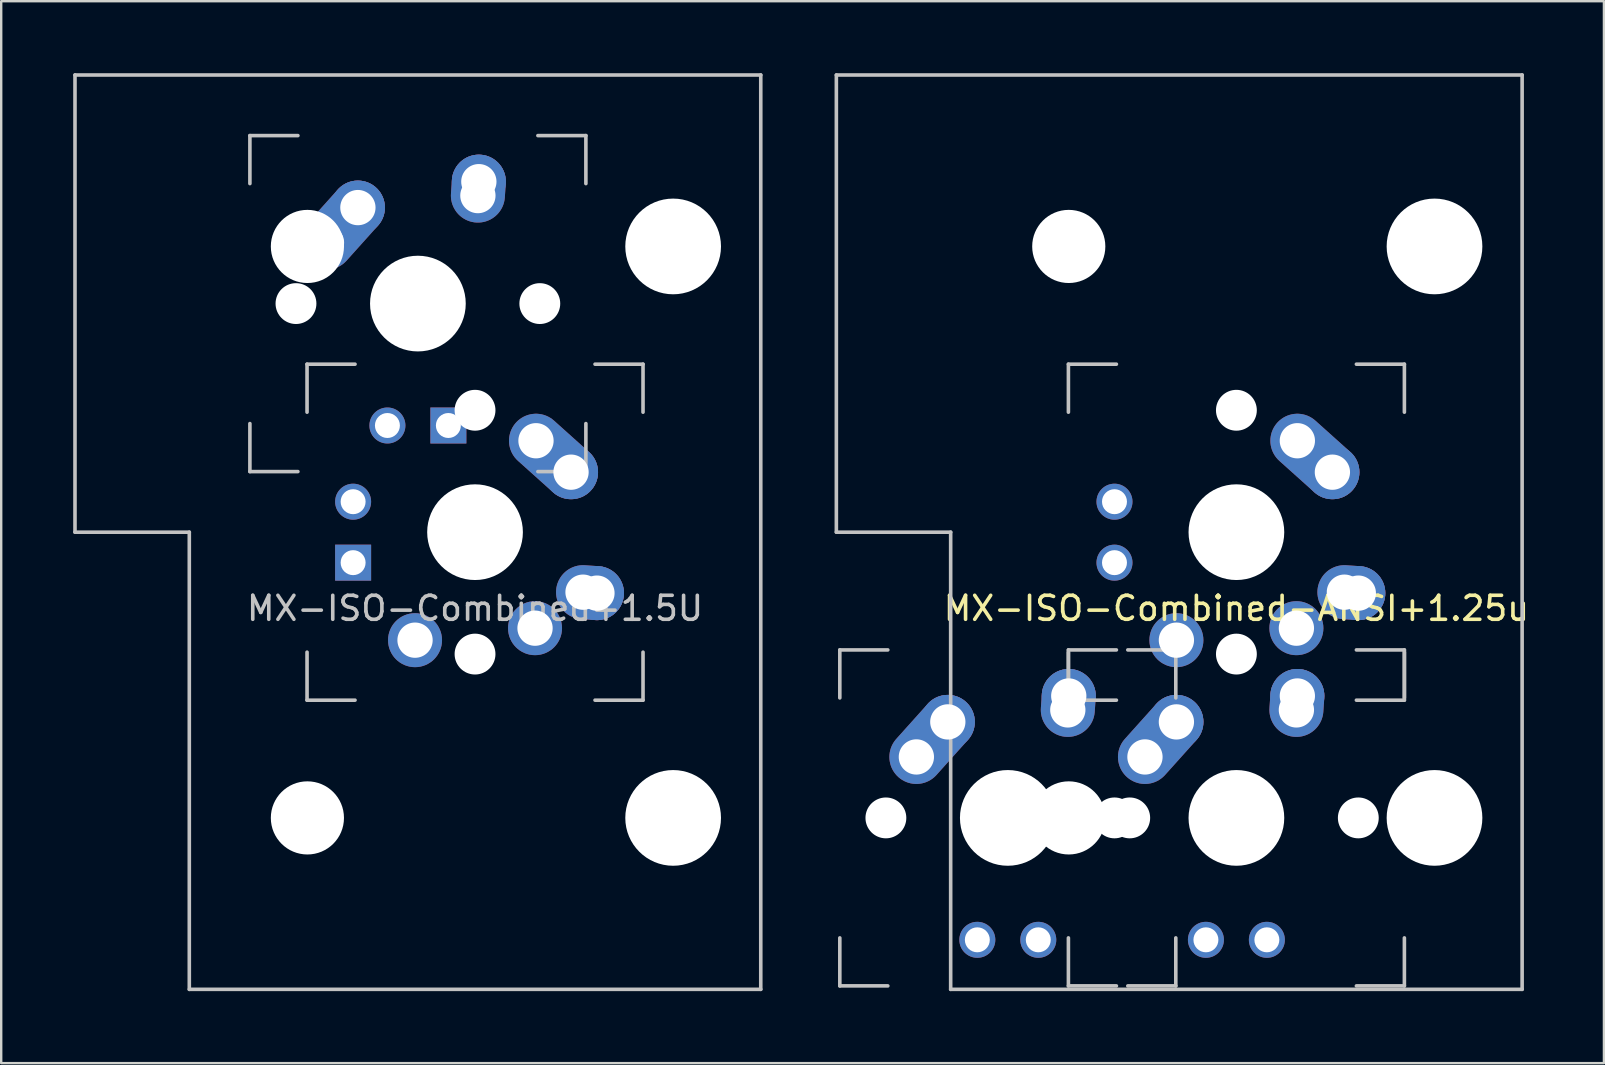
<source format=kicad_pcb>
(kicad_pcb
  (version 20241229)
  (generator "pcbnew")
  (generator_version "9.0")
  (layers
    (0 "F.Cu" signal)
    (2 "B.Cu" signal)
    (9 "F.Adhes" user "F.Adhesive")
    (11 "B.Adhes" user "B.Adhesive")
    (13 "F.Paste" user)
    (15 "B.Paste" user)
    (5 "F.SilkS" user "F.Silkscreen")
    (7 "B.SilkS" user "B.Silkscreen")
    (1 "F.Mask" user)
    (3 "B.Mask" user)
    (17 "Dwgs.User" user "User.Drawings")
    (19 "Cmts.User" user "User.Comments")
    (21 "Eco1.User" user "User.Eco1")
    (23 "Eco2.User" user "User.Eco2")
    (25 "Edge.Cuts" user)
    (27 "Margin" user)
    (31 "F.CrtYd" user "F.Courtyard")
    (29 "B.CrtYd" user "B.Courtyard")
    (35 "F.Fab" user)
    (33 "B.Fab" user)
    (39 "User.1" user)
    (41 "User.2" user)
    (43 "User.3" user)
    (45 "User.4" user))
  (footprint "MX-ISO-Combined+1.5U"
    (layer "F.Cu")
    (at 16.744 19.125)
    (property "Reference" "MX-ISO-Combined+1.5U" (at 0 3.175 0) (layer "Dwgs.User") (effects (font (size 1 1) (thickness 0.15))))
    (attr through_hole)
    (fp_line (start -16.669 -19.05) (end -16.669 0) (stroke (width 0.15) (type solid)) (layer "Dwgs.User"))
    (fp_line (start -16.669 -19.05) (end 11.906 -19.05) (stroke (width 0.15) (type solid)) (layer "Dwgs.User"))
    (fp_line (start -11.906 0) (end -16.669 0) (stroke (width 0.15) (type solid)) (layer "Dwgs.User"))
    (fp_line (start -11.906 19.05) (end -11.906 0) (stroke (width 0.15) (type solid)) (layer "Dwgs.User"))
    (fp_line (start -11.906 19.05) (end 11.906 19.05) (stroke (width 0.15) (type solid)) (layer "Dwgs.User"))
    (fp_line (start -9.381 -16.525) (end -7.381 -16.525) (stroke (width 0.15) (type solid)) (layer "Dwgs.User"))
    (fp_line (start -9.381 -14.525) (end -9.381 -16.525) (stroke (width 0.15) (type solid)) (layer "Dwgs.User"))
    (fp_line (start -9.381 -4.525) (end -9.381 -2.525) (stroke (width 0.15) (type solid)) (layer "Dwgs.User"))
    (fp_line (start -9.381 -2.525) (end -7.381 -2.525) (stroke (width 0.15) (type solid)) (layer "Dwgs.User"))
    (fp_line (start -7 -7) (end -7 -5) (stroke (width 0.15) (type solid)) (layer "Dwgs.User"))
    (fp_line (start -7 5) (end -7 7) (stroke (width 0.15) (type solid)) (layer "Dwgs.User"))
    (fp_line (start -7 7) (end -5 7) (stroke (width 0.15) (type solid)) (layer "Dwgs.User"))
    (fp_line (start -5 -7) (end -7 -7) (stroke (width 0.15) (type solid)) (layer "Dwgs.User"))
    (fp_line (start 2.619 -2.525) (end 4.619 -2.525) (stroke (width 0.15) (type solid)) (layer "Dwgs.User"))
    (fp_line (start 4.619 -16.525) (end 2.619 -16.525) (stroke (width 0.15) (type solid)) (layer "Dwgs.User"))
    (fp_line (start 4.619 -14.525) (end 4.619 -16.525) (stroke (width 0.15) (type solid)) (layer "Dwgs.User"))
    (fp_line (start 4.619 -2.525) (end 4.619 -4.525) (stroke (width 0.15) (type solid)) (layer "Dwgs.User"))
    (fp_line (start 5 -7) (end 7 -7) (stroke (width 0.15) (type solid)) (layer "Dwgs.User"))
    (fp_line (start 5 7) (end 7 7) (stroke (width 0.15) (type solid)) (layer "Dwgs.User"))
    (fp_line (start 7 -7) (end 7 -5) (stroke (width 0.15) (type solid)) (layer "Dwgs.User"))
    (fp_line (start 7 7) (end 7 5) (stroke (width 0.15) (type solid)) (layer "Dwgs.User"))
    (fp_line (start 11.906 -19.05) (end 11.906 19.05) (stroke (width 0.15) (type solid)) (layer "Dwgs.User"))
    (pad "" np_thru_hole circle (at -7.461 -9.525 138.1) (size 1.702 1.702) (drill 1.702) (layers "*.Cu" "*.Mask"))
    (pad "" np_thru_hole circle (at -6.985 -11.906) (size 3.048 3.048) (drill 3.048) (layers "*.Cu" "*.Mask"))
    (pad "" np_thru_hole circle (at -6.985 11.906) (size 3.048 3.048) (drill 3.048) (layers "*.Cu" "*.Mask"))
    (pad "" np_thru_hole circle (at -2.381 -9.525 90) (size 3.988 3.988) (drill 3.988) (layers "*.Cu" "*.Mask"))
    (pad "" np_thru_hole circle (at 0 -5.08 48.1) (size 1.702 1.702) (drill 1.702) (layers "*.Cu" "*.Mask"))
    (pad "" np_thru_hole circle (at 0 0) (size 3.988 3.988) (drill 3.988) (layers "*.Cu" "*.Mask"))
    (pad "" np_thru_hole circle (at 0 5.08 48.1) (size 1.702 1.702) (drill 1.702) (layers "*.Cu" "*.Mask"))
    (pad "" np_thru_hole circle (at 2.699 -9.525 138.1) (size 1.702 1.702) (drill 1.702) (layers "*.Cu" "*.Mask"))
    (pad "" np_thru_hole circle (at 8.255 -11.906) (size 3.988 3.988) (drill 3.988) (layers "*.Cu" "*.Mask"))
    (pad "" np_thru_hole circle (at 8.255 11.906) (size 3.988 3.988) (drill 3.988) (layers "*.Cu" "*.Mask"))
    (pad "1" thru_hole oval (at 0.119 -14.025 86.055) (size 2.831 2.25) (drill 1.47 (offset 0.291 0)) (layers "*.Cu" "*.Mask"))
    (pad "1" thru_hole circle (at 0.159 -14.605 90) (size 2.25 2.25) (drill 1.47) (layers "*.Cu" "*.Mask"))
    (pad "1" thru_hole circle (at 2.5 4) (size 2.25 2.25) (drill 1.47) (layers "*.Cu" "*.Mask"))
    (pad "1" thru_hole oval (at 4.5 2.5 356.055) (size 2.831 2.25) (drill 1.47 (offset 0.291 0)) (layers "*.Cu" "*.Mask"))
    (pad "1" thru_hole circle (at 5.08 2.54) (size 2.25 2.25) (drill 1.47) (layers "*.Cu" "*.Mask"))
    (pad "2" thru_hole oval (at -6.191 -12.065 48.1) (size 4.212 2.25) (drill 1.47 (offset 0.981 0)) (layers "*.Cu" "*.Mask"))
    (pad "2" thru_hole circle (at -4.881 -13.525 90) (size 2.25 2.25) (drill 1.47) (layers "*.Cu" "*.Mask"))
    (pad "2" thru_hole circle (at -2.5 4.5) (size 2.25 2.25) (drill 1.47) (layers "*.Cu" "*.Mask"))
    (pad "2" thru_hole oval (at 2.54 -3.81 318.1) (size 4.212 2.25) (drill 1.47 (offset 0.981 0)) (layers "*.Cu" "*.Mask"))
    (pad "2" thru_hole circle (at 4 -2.5) (size 2.25 2.25) (drill 1.47) (layers "*.Cu" "*.Mask"))
    (pad "3" thru_hole circle (at -5.08 -1.27) (size 1.5 1.5) (drill 1.04) (layers "*.Cu" "*.Mask"))
    (pad "3" thru_hole circle (at -3.651 -4.445 90) (size 1.5 1.5) (drill 1.04) (layers "*.Cu" "*.Mask"))
    (pad "4" thru_hole rect (at -5.08 1.27) (size 1.5 1.5) (drill 1.04) (layers "*.Cu" "*.Mask"))
    (pad "4" thru_hole rect (at -1.111 -4.445 90) (size 1.5 1.5) (drill 1.04) (layers "*.Cu" "*.Mask")))
  (footprint "MX-ISO-Combined-ANSI+1.25u"
    (layer "F.Cu")
    (at 48.469 19.125)
    (property "Reference" "MX-ISO-Combined-ANSI+1.25u" (at 0 3.175 0) (layer "F.SilkS") (effects (font (size 1 1) (thickness 0.15))))
    (attr through_hole)
    (fp_line (start -16.669 -19.05) (end -16.669 0) (stroke (width 0.15) (type solid)) (layer "Dwgs.User"))
    (fp_line (start -16.669 -19.05) (end 11.906 -19.05) (stroke (width 0.15) (type solid)) (layer "Dwgs.User"))
    (fp_line (start -16.525 4.906) (end -14.525 4.906) (stroke (width 0.15) (type solid)) (layer "Dwgs.User"))
    (fp_line (start -16.525 6.906) (end -16.525 4.906) (stroke (width 0.15) (type solid)) (layer "Dwgs.User"))
    (fp_line (start -16.525 16.906) (end -16.525 18.906) (stroke (width 0.15) (type solid)) (layer "Dwgs.User"))
    (fp_line (start -16.525 18.906) (end -14.525 18.906) (stroke (width 0.15) (type solid)) (layer "Dwgs.User"))
    (fp_line (start -11.906 0) (end -16.669 0) (stroke (width 0.15) (type solid)) (layer "Dwgs.User"))
    (fp_line (start -11.906 19.05) (end -11.906 0) (stroke (width 0.15) (type solid)) (layer "Dwgs.User"))
    (fp_line (start -11.906 19.05) (end 11.906 19.05) (stroke (width 0.15) (type solid)) (layer "Dwgs.User"))
    (fp_line (start -7 -7) (end -7 -5) (stroke (width 0.15) (type solid)) (layer "Dwgs.User"))
    (fp_line (start -7 4.906) (end -5 4.906) (stroke (width 0.15) (type solid)) (layer "Dwgs.User"))
    (fp_line (start -7 5) (end -7 7) (stroke (width 0.15) (type solid)) (layer "Dwgs.User"))
    (fp_line (start -7 6.906) (end -7 4.906) (stroke (width 0.15) (type solid)) (layer "Dwgs.User"))
    (fp_line (start -7 7) (end -5 7) (stroke (width 0.15) (type solid)) (layer "Dwgs.User"))
    (fp_line (start -7 16.906) (end -7 18.906) (stroke (width 0.15) (type solid)) (layer "Dwgs.User"))
    (fp_line (start -7 18.906) (end -5 18.906) (stroke (width 0.15) (type solid)) (layer "Dwgs.User"))
    (fp_line (start -5 -7) (end -7 -7) (stroke (width 0.15) (type solid)) (layer "Dwgs.User"))
    (fp_line (start -4.525 18.906) (end -2.525 18.906) (stroke (width 0.15) (type solid)) (layer "Dwgs.User"))
    (fp_line (start -2.525 4.906) (end -4.525 4.906) (stroke (width 0.15) (type solid)) (layer "Dwgs.User"))
    (fp_line (start -2.525 6.906) (end -2.525 4.906) (stroke (width 0.15) (type solid)) (layer "Dwgs.User"))
    (fp_line (start -2.525 18.906) (end -2.525 16.906) (stroke (width 0.15) (type solid)) (layer "Dwgs.User"))
    (fp_line (start 5 -7) (end 7 -7) (stroke (width 0.15) (type solid)) (layer "Dwgs.User"))
    (fp_line (start 5 7) (end 7 7) (stroke (width 0.15) (type solid)) (layer "Dwgs.User"))
    (fp_line (start 5 18.906) (end 7 18.906) (stroke (width 0.15) (type solid)) (layer "Dwgs.User"))
    (fp_line (start 7 -7) (end 7 -5) (stroke (width 0.15) (type solid)) (layer "Dwgs.User"))
    (fp_line (start 7 4.906) (end 5 4.906) (stroke (width 0.15) (type solid)) (layer "Dwgs.User"))
    (fp_line (start 7 6.906) (end 7 4.906) (stroke (width 0.15) (type solid)) (layer "Dwgs.User"))
    (fp_line (start 7 7) (end 7 5) (stroke (width 0.15) (type solid)) (layer "Dwgs.User"))
    (fp_line (start 7 18.906) (end 7 16.906) (stroke (width 0.15) (type solid)) (layer "Dwgs.User"))
    (fp_line (start 11.906 -19.05) (end 11.906 19.05) (stroke (width 0.15) (type solid)) (layer "Dwgs.User"))
    (pad "" np_thru_hole circle (at -14.605 11.906 138.1) (size 1.702 1.702) (drill 1.702) (layers "*.Cu" "*.Mask"))
    (pad "" np_thru_hole circle (at -9.525 11.906 90) (size 3.988 3.988) (drill 3.988) (layers "*.Cu" "*.Mask"))
    (pad "" np_thru_hole circle (at -6.985 -11.906) (size 3.048 3.048) (drill 3.048) (layers "*.Cu" "*.Mask"))
    (pad "" np_thru_hole circle (at -6.985 11.906) (size 3.048 3.048) (drill 3.048) (layers "*.Cu" "*.Mask"))
    (pad "" np_thru_hole circle (at -5.08 11.906 138.1) (size 1.702 1.702) (drill 1.702) (layers "*.Cu" "*.Mask"))
    (pad "" np_thru_hole circle (at -4.445 11.906 138.1) (size 1.702 1.702) (drill 1.702) (layers "*.Cu" "*.Mask"))
    (pad "" np_thru_hole circle (at 0 -5.08 48.1) (size 1.702 1.702) (drill 1.702) (layers "*.Cu" "*.Mask"))
    (pad "" np_thru_hole circle (at 0 0) (size 3.988 3.988) (drill 3.988) (layers "*.Cu" "*.Mask"))
    (pad "" np_thru_hole circle (at 0 5.08 48.1) (size 1.702 1.702) (drill 1.702) (layers "*.Cu" "*.Mask"))
    (pad "" np_thru_hole circle (at 0 11.906 90) (size 3.988 3.988) (drill 3.988) (layers "*.Cu" "*.Mask"))
    (pad "" np_thru_hole circle (at 5.08 11.906 138.1) (size 1.702 1.702) (drill 1.702) (layers "*.Cu" "*.Mask"))
    (pad "" np_thru_hole circle (at 8.255 -11.906) (size 3.988 3.988) (drill 3.988) (layers "*.Cu" "*.Mask"))
    (pad "" np_thru_hole circle (at 8.255 11.906) (size 3.988 3.988) (drill 3.988) (layers "*.Cu" "*.Mask"))
    (pad "1" thru_hole oval (at -13.335 9.366 48.1) (size 4.212 2.25) (drill 1.47 (offset 0.981 0)) (layers "*.Cu" "*.Mask"))
    (pad "1" thru_hole circle (at -12.025 7.906 90) (size 2.25 2.25) (drill 1.47) (layers "*.Cu" "*.Mask"))
    (pad "1" thru_hole circle (at 2.5 4) (size 2.25 2.25) (drill 1.47) (layers "*.Cu" "*.Mask"))
    (pad "1" thru_hole oval (at 2.5 7.406 86.055) (size 2.831 2.25) (drill 1.47 (offset 0.291 0)) (layers "*.Cu" "*.Mask"))
    (pad "1" thru_hole circle (at 2.54 6.826 90) (size 2.25 2.25) (drill 1.47) (layers "*.Cu" "*.Mask"))
    (pad "1" thru_hole oval (at 4.5 2.5 356.055) (size 2.831 2.25) (drill 1.47 (offset 0.291 0)) (layers "*.Cu" "*.Mask"))
    (pad "1" thru_hole circle (at 5.08 2.54) (size 2.25 2.25) (drill 1.47) (layers "*.Cu" "*.Mask"))
    (pad "2" thru_hole oval (at -7.025 7.406 86.055) (size 2.831 2.25) (drill 1.47 (offset 0.291 0)) (layers "*.Cu" "*.Mask"))
    (pad "2" thru_hole circle (at -6.985 6.826 90) (size 2.25 2.25) (drill 1.47) (layers "*.Cu" "*.Mask"))
    (pad "2" thru_hole oval (at -3.81 9.366 48.1) (size 4.212 2.25) (drill 1.47 (offset 0.981 0)) (layers "*.Cu" "*.Mask"))
    (pad "2" thru_hole circle (at -2.5 4.5) (size 2.25 2.25) (drill 1.47) (layers "*.Cu" "*.Mask"))
    (pad "2" thru_hole circle (at -2.5 7.906 90) (size 2.25 2.25) (drill 1.47) (layers "*.Cu" "*.Mask"))
    (pad "2" thru_hole oval (at 2.54 -3.81 318.1) (size 4.212 2.25) (drill 1.47 (offset 0.981 0)) (layers "*.Cu" "*.Mask"))
    (pad "2" thru_hole circle (at 4 -2.5) (size 2.25 2.25) (drill 1.47) (layers "*.Cu" "*.Mask"))
    (pad "3" thru_hole circle (at -10.795 16.986 90) (size 1.5 1.5) (drill 1.04) (layers "*.Cu" "*.Mask"))
    (pad "3" thru_hole circle (at -5.08 -1.27) (size 1.5 1.5) (drill 1.04) (layers "*.Cu" "*.Mask"))
    (pad "3" thru_hole circle (at -1.27 16.986 90) (size 1.5 1.5) (drill 1.04) (layers "*.Cu" "*.Mask"))
    (pad "4" thru_hole circle (at -8.255 16.986 90) (size 1.5 1.5) (drill 1.04) (layers "*.Cu" "*.Mask"))
    (pad "4" thru_hole circle (at -5.08 1.27) (size 1.5 1.5) (drill 1.04) (layers "*.Cu" "*.Mask"))
    (pad "4" thru_hole circle (at 1.27 16.986 90) (size 1.5 1.5) (drill 1.04) (layers "*.Cu" "*.Mask")))
  (gr_rect
    (start -3 -3)
    (end 63.784 41.25)
    (stroke (width 0.1) (type default))
    (fill no)
    (layer "Edge.Cuts")))
</source>
